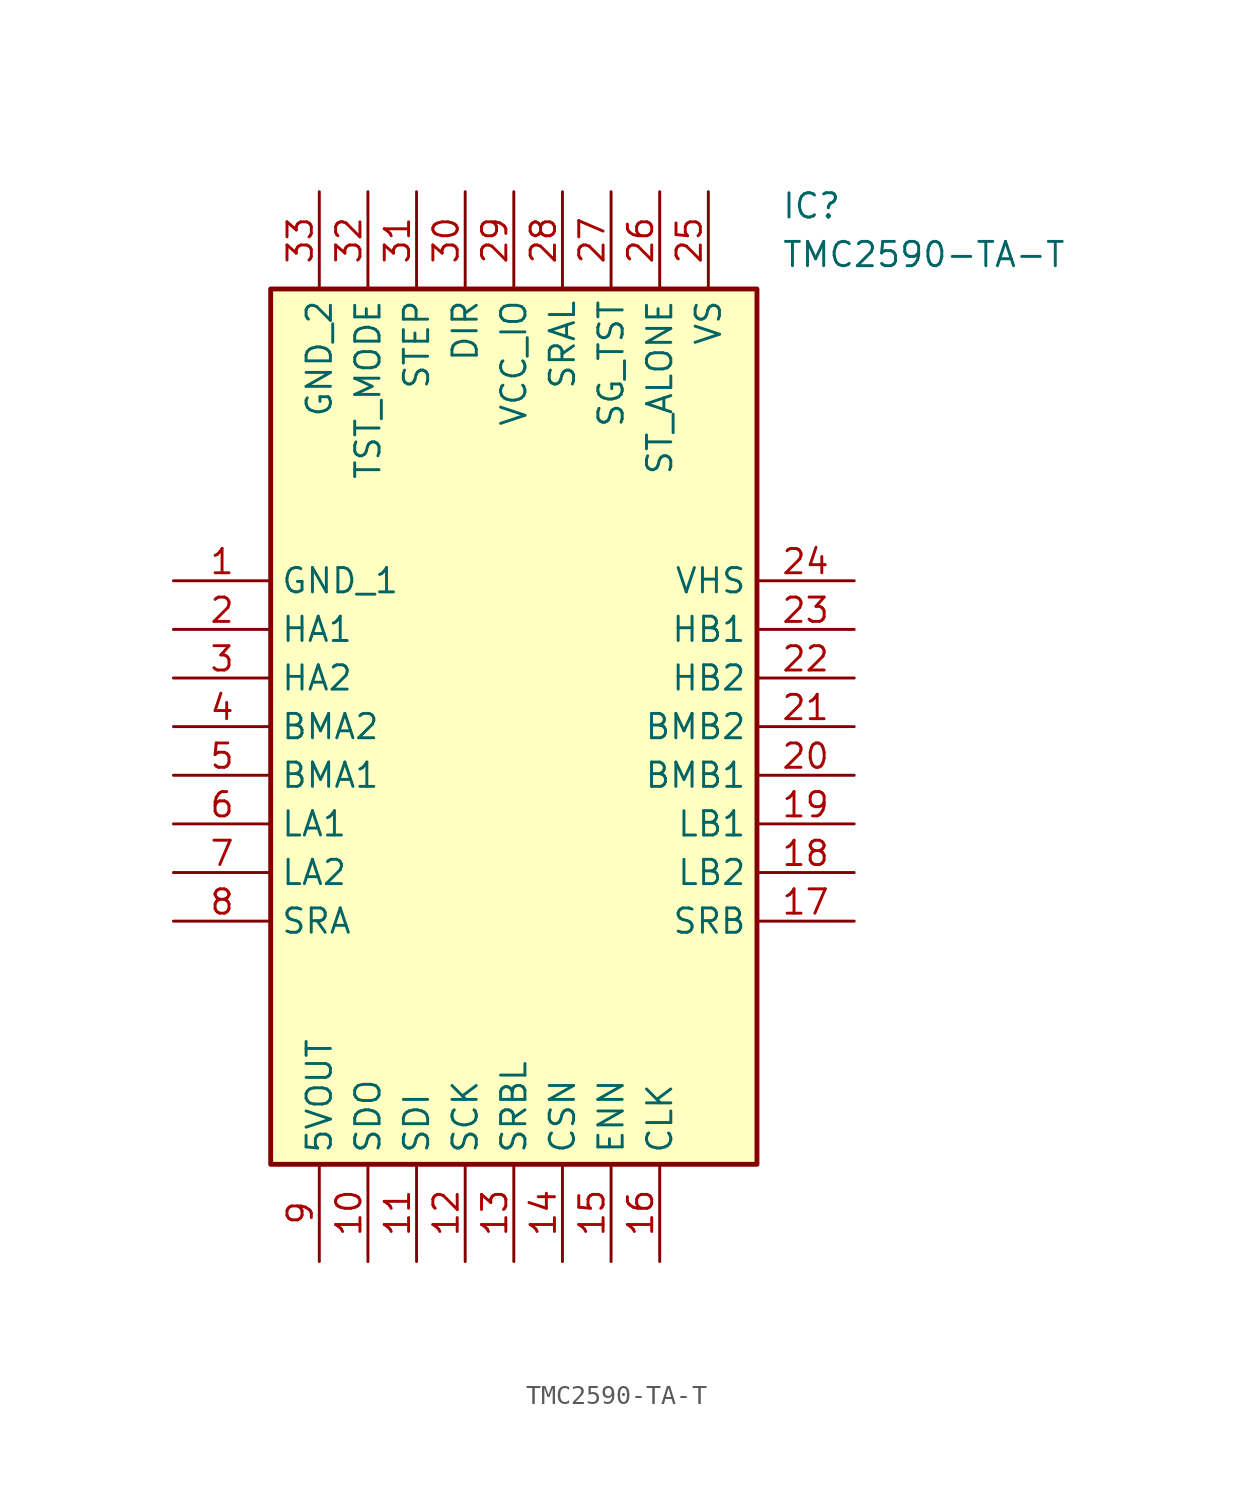
<source format=kicad_sym>
(kicad_symbol_lib
  (version 20211014)
  (generator SamacSys_ECAD_Model)
  (symbol "TMC2590-TA-T"
    (property "Reference" "IC"
      (at 31.75 20.32 0)
      (effects (font (size 1.27 1.27)) (justify left top)))
    (property "Value" "TMC2590-TA-T"
      (at 31.75 17.78 0)
      (effects (font (size 1.27 1.27)) (justify left top)))
    (rectangle
      (start 5.08 15.24)
      (end 30.48 -30.48)
      (stroke (width 0.254) (type default))
      (fill (type background)))
    (pin passive line
      (at 0 0 0)
      (length 5.08)
      (name "GND_1" (effects (font (size 1.27 1.27))))
      (number "1" (effects (font (size 1.27 1.27)))))
    (pin passive line
      (at 0 -2.54 0)
      (length 5.08)
      (name "HA1" (effects (font (size 1.27 1.27))))
      (number "2" (effects (font (size 1.27 1.27)))))
    (pin passive line
      (at 0 -5.08 0)
      (length 5.08)
      (name "HA2" (effects (font (size 1.27 1.27))))
      (number "3" (effects (font (size 1.27 1.27)))))
    (pin passive line
      (at 0 -7.62 0)
      (length 5.08)
      (name "BMA2" (effects (font (size 1.27 1.27))))
      (number "4" (effects (font (size 1.27 1.27)))))
    (pin passive line
      (at 0 -10.16 0)
      (length 5.08)
      (name "BMA1" (effects (font (size 1.27 1.27))))
      (number "5" (effects (font (size 1.27 1.27)))))
    (pin passive line
      (at 0 -12.7 0)
      (length 5.08)
      (name "LA1" (effects (font (size 1.27 1.27))))
      (number "6" (effects (font (size 1.27 1.27)))))
    (pin passive line
      (at 0 -15.24 0)
      (length 5.08)
      (name "LA2" (effects (font (size 1.27 1.27))))
      (number "7" (effects (font (size 1.27 1.27)))))
    (pin passive line
      (at 0 -17.78 0)
      (length 5.08)
      (name "SRA" (effects (font (size 1.27 1.27))))
      (number "8" (effects (font (size 1.27 1.27)))))
    (pin passive line
      (at 7.62 -35.56 90)
      (length 5.08)
      (name "5VOUT" (effects (font (size 1.27 1.27))))
      (number "9" (effects (font (size 1.27 1.27)))))
    (pin passive line
      (at 10.16 -35.56 90)
      (length 5.08)
      (name "SDO" (effects (font (size 1.27 1.27))))
      (number "10" (effects (font (size 1.27 1.27)))))
    (pin passive line
      (at 12.7 -35.56 90)
      (length 5.08)
      (name "SDI" (effects (font (size 1.27 1.27))))
      (number "11" (effects (font (size 1.27 1.27)))))
    (pin passive line
      (at 15.24 -35.56 90)
      (length 5.08)
      (name "SCK" (effects (font (size 1.27 1.27))))
      (number "12" (effects (font (size 1.27 1.27)))))
    (pin passive line
      (at 17.78 -35.56 90)
      (length 5.08)
      (name "SRBL" (effects (font (size 1.27 1.27))))
      (number "13" (effects (font (size 1.27 1.27)))))
    (pin passive line
      (at 20.32 -35.56 90)
      (length 5.08)
      (name "CSN" (effects (font (size 1.27 1.27))))
      (number "14" (effects (font (size 1.27 1.27)))))
    (pin passive line
      (at 22.86 -35.56 90)
      (length 5.08)
      (name "ENN" (effects (font (size 1.27 1.27))))
      (number "15" (effects (font (size 1.27 1.27)))))
    (pin passive line
      (at 25.4 -35.56 90)
      (length 5.08)
      (name "CLK" (effects (font (size 1.27 1.27))))
      (number "16" (effects (font (size 1.27 1.27)))))
    (pin passive line
      (at 35.56 0 180)
      (length 5.08)
      (name "VHS" (effects (font (size 1.27 1.27))))
      (number "24" (effects (font (size 1.27 1.27)))))
    (pin passive line
      (at 35.56 -2.54 180)
      (length 5.08)
      (name "HB1" (effects (font (size 1.27 1.27))))
      (number "23" (effects (font (size 1.27 1.27)))))
    (pin passive line
      (at 35.56 -5.08 180)
      (length 5.08)
      (name "HB2" (effects (font (size 1.27 1.27))))
      (number "22" (effects (font (size 1.27 1.27)))))
    (pin passive line
      (at 35.56 -7.62 180)
      (length 5.08)
      (name "BMB2" (effects (font (size 1.27 1.27))))
      (number "21" (effects (font (size 1.27 1.27)))))
    (pin passive line
      (at 35.56 -10.16 180)
      (length 5.08)
      (name "BMB1" (effects (font (size 1.27 1.27))))
      (number "20" (effects (font (size 1.27 1.27)))))
    (pin passive line
      (at 35.56 -12.7 180)
      (length 5.08)
      (name "LB1" (effects (font (size 1.27 1.27))))
      (number "19" (effects (font (size 1.27 1.27)))))
    (pin passive line
      (at 35.56 -15.24 180)
      (length 5.08)
      (name "LB2" (effects (font (size 1.27 1.27))))
      (number "18" (effects (font (size 1.27 1.27)))))
    (pin passive line
      (at 35.56 -17.78 180)
      (length 5.08)
      (name "SRB" (effects (font (size 1.27 1.27))))
      (number "17" (effects (font (size 1.27 1.27)))))
    (pin passive line
      (at 7.62 20.32 270)
      (length 5.08)
      (name "GND_2" (effects (font (size 1.27 1.27))))
      (number "33" (effects (font (size 1.27 1.27)))))
    (pin passive line
      (at 10.16 20.32 270)
      (length 5.08)
      (name "TST_MODE" (effects (font (size 1.27 1.27))))
      (number "32" (effects (font (size 1.27 1.27)))))
    (pin passive line
      (at 12.7 20.32 270)
      (length 5.08)
      (name "STEP" (effects (font (size 1.27 1.27))))
      (number "31" (effects (font (size 1.27 1.27)))))
    (pin passive line
      (at 15.24 20.32 270)
      (length 5.08)
      (name "DIR" (effects (font (size 1.27 1.27))))
      (number "30" (effects (font (size 1.27 1.27)))))
    (pin passive line
      (at 17.78 20.32 270)
      (length 5.08)
      (name "VCC_IO" (effects (font (size 1.27 1.27))))
      (number "29" (effects (font (size 1.27 1.27)))))
    (pin passive line
      (at 20.32 20.32 270)
      (length 5.08)
      (name "SRAL" (effects (font (size 1.27 1.27))))
      (number "28" (effects (font (size 1.27 1.27)))))
    (pin passive line
      (at 22.86 20.32 270)
      (length 5.08)
      (name "SG_TST" (effects (font (size 1.27 1.27))))
      (number "27" (effects (font (size 1.27 1.27)))))
    (pin passive line
      (at 25.4 20.32 270)
      (length 5.08)
      (name "ST_ALONE" (effects (font (size 1.27 1.27))))
      (number "26" (effects (font (size 1.27 1.27)))))
    (pin passive line
      (at 27.94 20.32 270)
      (length 5.08)
      (name "VS" (effects (font (size 1.27 1.27))))
      (number "25" (effects (font (size 1.27 1.27)))))))
</source>
